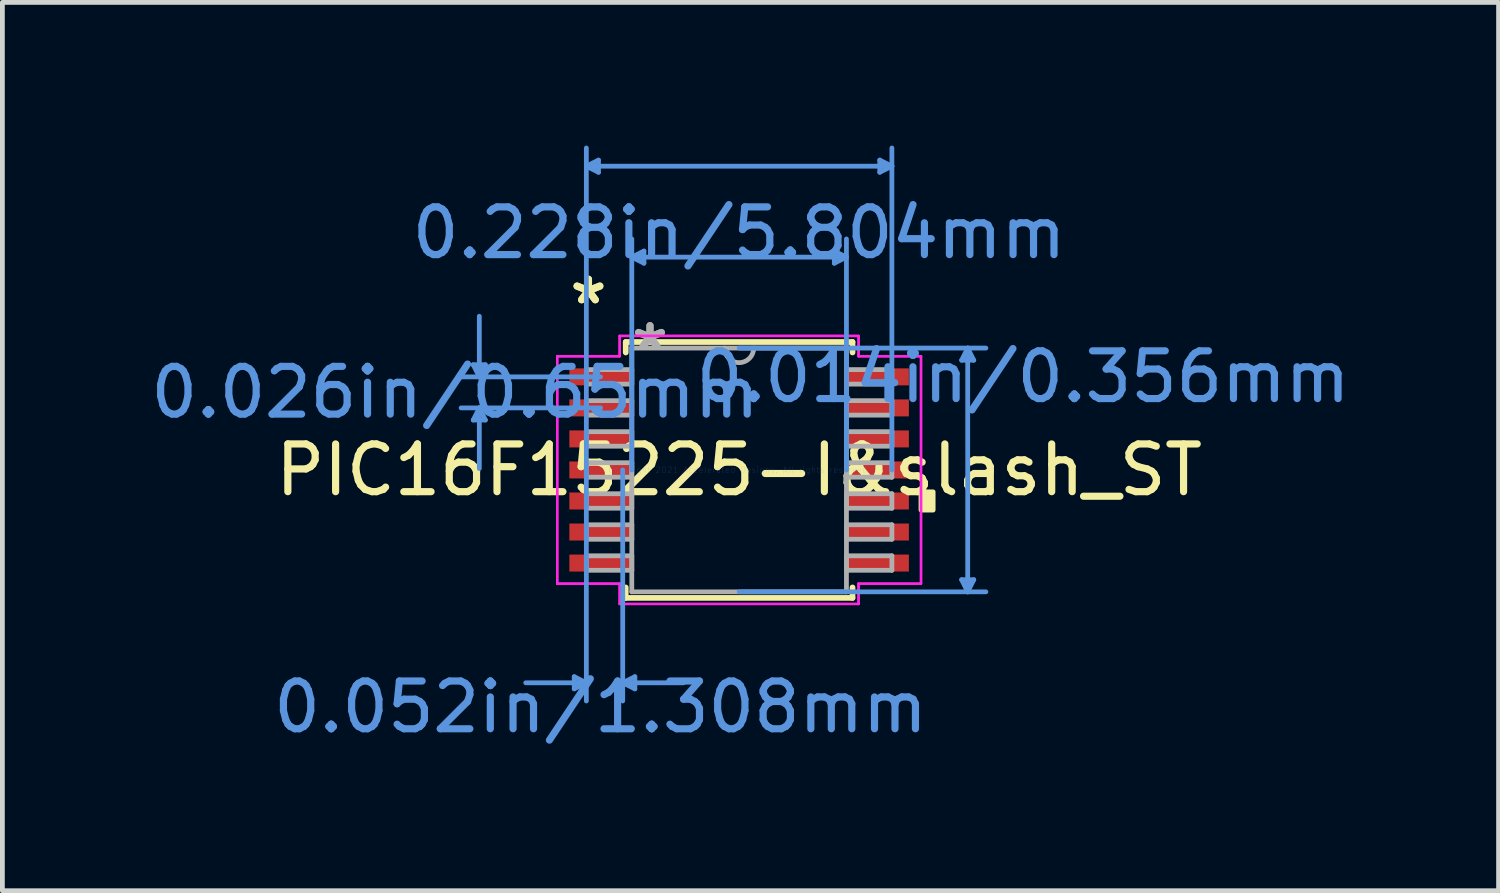
<source format=kicad_pcb>
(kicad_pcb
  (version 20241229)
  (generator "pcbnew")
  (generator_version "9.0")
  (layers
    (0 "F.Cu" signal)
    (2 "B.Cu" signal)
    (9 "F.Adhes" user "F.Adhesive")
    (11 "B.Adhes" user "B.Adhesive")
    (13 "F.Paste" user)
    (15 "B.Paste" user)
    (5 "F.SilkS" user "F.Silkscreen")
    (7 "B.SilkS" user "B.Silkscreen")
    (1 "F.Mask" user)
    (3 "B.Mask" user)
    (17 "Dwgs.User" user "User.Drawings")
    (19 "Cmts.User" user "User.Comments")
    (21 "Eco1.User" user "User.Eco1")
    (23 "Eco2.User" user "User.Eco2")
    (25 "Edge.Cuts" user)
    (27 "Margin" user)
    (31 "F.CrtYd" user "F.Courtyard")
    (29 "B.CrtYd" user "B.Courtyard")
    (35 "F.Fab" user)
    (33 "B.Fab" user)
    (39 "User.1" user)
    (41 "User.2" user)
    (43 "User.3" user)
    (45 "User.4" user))
  (footprint "PIC16F15225-I&slash_ST"
    (layer "F.Cu")
    (at 12.432 6.794)
    (property "Reference" "PIC16F15225-I&slash_ST" (at 0 0 0) (layer "F.SilkS") (effects (font (size 1 1) (thickness 0.15))))
    (attr through_hole)
    (fp_line (start -2.375 -2.68) (end -2.375 -2.461) (stroke (width 0.12) (type solid)) (layer "F.SilkS"))
    (fp_line (start -2.375 2.461) (end -2.375 2.68) (stroke (width 0.12) (type solid)) (layer "F.SilkS"))
    (fp_line (start -2.375 2.68) (end 2.375 2.68) (stroke (width 0.12) (type solid)) (layer "F.SilkS"))
    (fp_line (start 2.375 -2.68) (end -2.375 -2.68) (stroke (width 0.12) (type solid)) (layer "F.SilkS"))
    (fp_line (start 2.375 -2.461) (end 2.375 -2.68) (stroke (width 0.12) (type solid)) (layer "F.SilkS"))
    (fp_line (start 2.375 2.68) (end 2.375 2.461) (stroke (width 0.12) (type solid)) (layer "F.SilkS"))
    (fp_poly (pts (xy 4.064 0.459) (xy 4.064 0.84) (xy 3.81 0.84) (xy 3.81 0.459)) (stroke (width 0.1) (type solid)) (fill yes) (layer "F.SilkS"))
    (fp_line (start -5.569 -2.204) (end -5.315 -2.204) (stroke (width 0.1) (type solid)) (layer "Cmts.User"))
    (fp_line (start -5.569 -1.046) (end -5.315 -1.046) (stroke (width 0.1) (type solid)) (layer "Cmts.User"))
    (fp_line (start -5.442 -1.95) (end -5.569 -2.204) (stroke (width 0.1) (type solid)) (layer "Cmts.User"))
    (fp_line (start -5.442 -1.95) (end -5.442 -3.22) (stroke (width 0.1) (type solid)) (layer "Cmts.User"))
    (fp_line (start -5.442 -1.95) (end -5.315 -2.204) (stroke (width 0.1) (type solid)) (layer "Cmts.User"))
    (fp_line (start -5.442 -1.3) (end -5.569 -1.046) (stroke (width 0.1) (type solid)) (layer "Cmts.User"))
    (fp_line (start -5.442 -1.3) (end -5.442 -0.03) (stroke (width 0.1) (type solid)) (layer "Cmts.User"))
    (fp_line (start -5.442 -1.3) (end -5.315 -1.046) (stroke (width 0.1) (type solid)) (layer "Cmts.User"))
    (fp_line (start -3.454 4.331) (end -3.454 4.585) (stroke (width 0.1) (type solid)) (layer "Cmts.User"))
    (fp_line (start -3.2 -6.363) (end -2.946 -6.49) (stroke (width 0.1) (type solid)) (layer "Cmts.User"))
    (fp_line (start -3.2 -6.363) (end -2.946 -6.236) (stroke (width 0.1) (type solid)) (layer "Cmts.User"))
    (fp_line (start -3.2 -6.363) (end 3.2 -6.363) (stroke (width 0.1) (type solid)) (layer "Cmts.User"))
    (fp_line (start -3.2 0) (end -3.2 -6.744) (stroke (width 0.1) (type solid)) (layer "Cmts.User"))
    (fp_line (start -3.2 0) (end -3.2 4.839) (stroke (width 0.1) (type solid)) (layer "Cmts.User"))
    (fp_line (start -3.2 4.458) (end -4.47 4.458) (stroke (width 0.1) (type solid)) (layer "Cmts.User"))
    (fp_line (start -3.2 4.458) (end -3.454 4.331) (stroke (width 0.1) (type solid)) (layer "Cmts.User"))
    (fp_line (start -3.2 4.458) (end -3.454 4.585) (stroke (width 0.1) (type solid)) (layer "Cmts.User"))
    (fp_line (start -2.946 -6.49) (end -2.946 -6.236) (stroke (width 0.1) (type solid)) (layer "Cmts.User"))
    (fp_line (start -2.902 -1.95) (end -5.823 -1.95) (stroke (width 0.1) (type solid)) (layer "Cmts.User"))
    (fp_line (start -2.902 -1.3) (end -5.823 -1.3) (stroke (width 0.1) (type solid)) (layer "Cmts.User"))
    (fp_line (start -2.438 0) (end -2.438 4.839) (stroke (width 0.1) (type solid)) (layer "Cmts.User"))
    (fp_line (start -2.438 4.458) (end -2.184 4.331) (stroke (width 0.1) (type solid)) (layer "Cmts.User"))
    (fp_line (start -2.438 4.458) (end -2.184 4.585) (stroke (width 0.1) (type solid)) (layer "Cmts.User"))
    (fp_line (start -2.438 4.458) (end -1.168 4.458) (stroke (width 0.1) (type solid)) (layer "Cmts.User"))
    (fp_line (start -2.248 -4.458) (end -1.994 -4.585) (stroke (width 0.1) (type solid)) (layer "Cmts.User"))
    (fp_line (start -2.248 -4.458) (end -1.994 -4.331) (stroke (width 0.1) (type solid)) (layer "Cmts.User"))
    (fp_line (start -2.248 -4.458) (end 2.248 -4.458) (stroke (width 0.1) (type solid)) (layer "Cmts.User"))
    (fp_line (start -2.248 0) (end -2.248 -4.839) (stroke (width 0.1) (type solid)) (layer "Cmts.User"))
    (fp_line (start -2.184 4.331) (end -2.184 4.585) (stroke (width 0.1) (type solid)) (layer "Cmts.User"))
    (fp_line (start -1.994 -4.585) (end -1.994 -4.331) (stroke (width 0.1) (type solid)) (layer "Cmts.User"))
    (fp_line (start 0 -2.553) (end 5.169 -2.553) (stroke (width 0.1) (type solid)) (layer "Cmts.User"))
    (fp_line (start 0 2.553) (end 5.169 2.553) (stroke (width 0.1) (type solid)) (layer "Cmts.User"))
    (fp_line (start 1.994 -4.585) (end 1.994 -4.331) (stroke (width 0.1) (type solid)) (layer "Cmts.User"))
    (fp_line (start 2.248 -4.458) (end 1.994 -4.585) (stroke (width 0.1) (type solid)) (layer "Cmts.User"))
    (fp_line (start 2.248 -4.458) (end 1.994 -4.331) (stroke (width 0.1) (type solid)) (layer "Cmts.User"))
    (fp_line (start 2.248 0) (end 2.248 -4.839) (stroke (width 0.1) (type solid)) (layer "Cmts.User"))
    (fp_line (start 2.946 -6.49) (end 2.946 -6.236) (stroke (width 0.1) (type solid)) (layer "Cmts.User"))
    (fp_line (start 3.2 -6.363) (end 2.946 -6.49) (stroke (width 0.1) (type solid)) (layer "Cmts.User"))
    (fp_line (start 3.2 -6.363) (end 2.946 -6.236) (stroke (width 0.1) (type solid)) (layer "Cmts.User"))
    (fp_line (start 3.2 0) (end 3.2 -6.744) (stroke (width 0.1) (type solid)) (layer "Cmts.User"))
    (fp_line (start 4.661 -2.299) (end 4.915 -2.299) (stroke (width 0.1) (type solid)) (layer "Cmts.User"))
    (fp_line (start 4.661 2.299) (end 4.915 2.299) (stroke (width 0.1) (type solid)) (layer "Cmts.User"))
    (fp_line (start 4.788 -2.553) (end 4.661 -2.299) (stroke (width 0.1) (type solid)) (layer "Cmts.User"))
    (fp_line (start 4.788 -2.553) (end 4.788 2.553) (stroke (width 0.1) (type solid)) (layer "Cmts.User"))
    (fp_line (start 4.788 -2.553) (end 4.915 -2.299) (stroke (width 0.1) (type solid)) (layer "Cmts.User"))
    (fp_line (start 4.788 2.553) (end 4.661 2.299) (stroke (width 0.1) (type solid)) (layer "Cmts.User"))
    (fp_line (start 4.788 2.553) (end 4.915 2.299) (stroke (width 0.1) (type solid)) (layer "Cmts.User"))
    (fp_line (start -3.81 -2.382) (end -2.502 -2.382) (stroke (width 0.05) (type solid)) (layer "F.CrtYd"))
    (fp_line (start -3.81 -2.382) (end -2.502 -2.382) (stroke (width 0.05) (type solid)) (layer "F.CrtYd"))
    (fp_line (start -3.81 2.382) (end -3.81 -2.382) (stroke (width 0.05) (type solid)) (layer "F.CrtYd"))
    (fp_line (start -3.81 2.382) (end -3.81 -2.382) (stroke (width 0.05) (type solid)) (layer "F.CrtYd"))
    (fp_line (start -3.81 2.382) (end -2.502 2.382) (stroke (width 0.05) (type solid)) (layer "F.CrtYd"))
    (fp_line (start -2.502 -2.807) (end 2.502 -2.807) (stroke (width 0.05) (type solid)) (layer "F.CrtYd"))
    (fp_line (start -2.502 -2.807) (end 2.502 -2.807) (stroke (width 0.05) (type solid)) (layer "F.CrtYd"))
    (fp_line (start -2.502 -2.382) (end -2.502 -2.807) (stroke (width 0.05) (type solid)) (layer "F.CrtYd"))
    (fp_line (start -2.502 -2.382) (end -2.502 -2.807) (stroke (width 0.05) (type solid)) (layer "F.CrtYd"))
    (fp_line (start -2.502 2.382) (end -3.81 2.382) (stroke (width 0.05) (type solid)) (layer "F.CrtYd"))
    (fp_line (start -2.502 2.807) (end -2.502 2.382) (stroke (width 0.05) (type solid)) (layer "F.CrtYd"))
    (fp_line (start -2.502 2.807) (end -2.502 2.382) (stroke (width 0.05) (type solid)) (layer "F.CrtYd"))
    (fp_line (start 2.502 -2.807) (end 2.502 -2.382) (stroke (width 0.05) (type solid)) (layer "F.CrtYd"))
    (fp_line (start 2.502 -2.807) (end 2.502 -2.382) (stroke (width 0.05) (type solid)) (layer "F.CrtYd"))
    (fp_line (start 2.502 -2.382) (end 3.81 -2.382) (stroke (width 0.05) (type solid)) (layer "F.CrtYd"))
    (fp_line (start 2.502 2.382) (end 2.502 2.807) (stroke (width 0.05) (type solid)) (layer "F.CrtYd"))
    (fp_line (start 2.502 2.382) (end 2.502 2.807) (stroke (width 0.05) (type solid)) (layer "F.CrtYd"))
    (fp_line (start 2.502 2.807) (end -2.502 2.807) (stroke (width 0.05) (type solid)) (layer "F.CrtYd"))
    (fp_line (start 2.502 2.807) (end -2.502 2.807) (stroke (width 0.05) (type solid)) (layer "F.CrtYd"))
    (fp_line (start 3.81 -2.382) (end 2.502 -2.382) (stroke (width 0.05) (type solid)) (layer "F.CrtYd"))
    (fp_line (start 3.81 -2.382) (end 3.81 2.382) (stroke (width 0.05) (type solid)) (layer "F.CrtYd"))
    (fp_line (start 3.81 -2.382) (end 3.81 2.382) (stroke (width 0.05) (type solid)) (layer "F.CrtYd"))
    (fp_line (start 3.81 2.382) (end 2.502 2.382) (stroke (width 0.05) (type solid)) (layer "F.CrtYd"))
    (fp_line (start 3.81 2.382) (end 2.502 2.382) (stroke (width 0.05) (type solid)) (layer "F.CrtYd"))
    (fp_line (start -3.2 -2.102) (end -3.2 -1.798) (stroke (width 0.1) (type solid)) (layer "F.Fab"))
    (fp_line (start -3.2 -1.798) (end -2.248 -1.798) (stroke (width 0.1) (type solid)) (layer "F.Fab"))
    (fp_line (start -3.2 -1.452) (end -3.2 -1.148) (stroke (width 0.1) (type solid)) (layer "F.Fab"))
    (fp_line (start -3.2 -1.148) (end -2.248 -1.148) (stroke (width 0.1) (type solid)) (layer "F.Fab"))
    (fp_line (start -3.2 -0.802) (end -3.2 -0.498) (stroke (width 0.1) (type solid)) (layer "F.Fab"))
    (fp_line (start -3.2 -0.498) (end -2.248 -0.498) (stroke (width 0.1) (type solid)) (layer "F.Fab"))
    (fp_line (start -3.2 -0.152) (end -3.2 0.152) (stroke (width 0.1) (type solid)) (layer "F.Fab"))
    (fp_line (start -3.2 0.152) (end -2.248 0.152) (stroke (width 0.1) (type solid)) (layer "F.Fab"))
    (fp_line (start -3.2 0.498) (end -3.2 0.802) (stroke (width 0.1) (type solid)) (layer "F.Fab"))
    (fp_line (start -3.2 0.802) (end -2.248 0.802) (stroke (width 0.1) (type solid)) (layer "F.Fab"))
    (fp_line (start -3.2 1.148) (end -3.2 1.452) (stroke (width 0.1) (type solid)) (layer "F.Fab"))
    (fp_line (start -3.2 1.452) (end -2.248 1.452) (stroke (width 0.1) (type solid)) (layer "F.Fab"))
    (fp_line (start -3.2 1.798) (end -3.2 2.102) (stroke (width 0.1) (type solid)) (layer "F.Fab"))
    (fp_line (start -3.2 2.102) (end -2.248 2.102) (stroke (width 0.1) (type solid)) (layer "F.Fab"))
    (fp_line (start -2.248 -2.553) (end -2.248 2.553) (stroke (width 0.1) (type solid)) (layer "F.Fab"))
    (fp_line (start -2.248 -2.102) (end -3.2 -2.102) (stroke (width 0.1) (type solid)) (layer "F.Fab"))
    (fp_line (start -2.248 -1.798) (end -2.248 -2.102) (stroke (width 0.1) (type solid)) (layer "F.Fab"))
    (fp_line (start -2.248 -1.452) (end -3.2 -1.452) (stroke (width 0.1) (type solid)) (layer "F.Fab"))
    (fp_line (start -2.248 -1.148) (end -2.248 -1.452) (stroke (width 0.1) (type solid)) (layer "F.Fab"))
    (fp_line (start -2.248 -0.802) (end -3.2 -0.802) (stroke (width 0.1) (type solid)) (layer "F.Fab"))
    (fp_line (start -2.248 -0.498) (end -2.248 -0.802) (stroke (width 0.1) (type solid)) (layer "F.Fab"))
    (fp_line (start -2.248 -0.152) (end -3.2 -0.152) (stroke (width 0.1) (type solid)) (layer "F.Fab"))
    (fp_line (start -2.248 0.152) (end -2.248 -0.152) (stroke (width 0.1) (type solid)) (layer "F.Fab"))
    (fp_line (start -2.248 0.498) (end -3.2 0.498) (stroke (width 0.1) (type solid)) (layer "F.Fab"))
    (fp_line (start -2.248 0.802) (end -2.248 0.498) (stroke (width 0.1) (type solid)) (layer "F.Fab"))
    (fp_line (start -2.248 1.148) (end -3.2 1.148) (stroke (width 0.1) (type solid)) (layer "F.Fab"))
    (fp_line (start -2.248 1.452) (end -2.248 1.148) (stroke (width 0.1) (type solid)) (layer "F.Fab"))
    (fp_line (start -2.248 1.798) (end -3.2 1.798) (stroke (width 0.1) (type solid)) (layer "F.Fab"))
    (fp_line (start -2.248 2.102) (end -2.248 1.798) (stroke (width 0.1) (type solid)) (layer "F.Fab"))
    (fp_line (start -2.248 2.553) (end 2.248 2.553) (stroke (width 0.1) (type solid)) (layer "F.Fab"))
    (fp_line (start 2.248 -2.553) (end -2.248 -2.553) (stroke (width 0.1) (type solid)) (layer "F.Fab"))
    (fp_line (start 2.248 -2.102) (end 2.248 -1.798) (stroke (width 0.1) (type solid)) (layer "F.Fab"))
    (fp_line (start 2.248 -1.798) (end 3.2 -1.798) (stroke (width 0.1) (type solid)) (layer "F.Fab"))
    (fp_line (start 2.248 -1.452) (end 2.248 -1.148) (stroke (width 0.1) (type solid)) (layer "F.Fab"))
    (fp_line (start 2.248 -1.148) (end 3.2 -1.148) (stroke (width 0.1) (type solid)) (layer "F.Fab"))
    (fp_line (start 2.248 -0.802) (end 2.248 -0.498) (stroke (width 0.1) (type solid)) (layer "F.Fab"))
    (fp_line (start 2.248 -0.498) (end 3.2 -0.498) (stroke (width 0.1) (type solid)) (layer "F.Fab"))
    (fp_line (start 2.248 -0.152) (end 2.248 0.152) (stroke (width 0.1) (type solid)) (layer "F.Fab"))
    (fp_line (start 2.248 0.152) (end 3.2 0.152) (stroke (width 0.1) (type solid)) (layer "F.Fab"))
    (fp_line (start 2.248 0.498) (end 2.248 0.802) (stroke (width 0.1) (type solid)) (layer "F.Fab"))
    (fp_line (start 2.248 0.802) (end 3.2 0.802) (stroke (width 0.1) (type solid)) (layer "F.Fab"))
    (fp_line (start 2.248 1.148) (end 2.248 1.452) (stroke (width 0.1) (type solid)) (layer "F.Fab"))
    (fp_line (start 2.248 1.452) (end 3.2 1.452) (stroke (width 0.1) (type solid)) (layer "F.Fab"))
    (fp_line (start 2.248 1.798) (end 2.248 2.102) (stroke (width 0.1) (type solid)) (layer "F.Fab"))
    (fp_line (start 2.248 2.102) (end 3.2 2.102) (stroke (width 0.1) (type solid)) (layer "F.Fab"))
    (fp_line (start 2.248 2.553) (end 2.248 -2.553) (stroke (width 0.1) (type solid)) (layer "F.Fab"))
    (fp_line (start 3.2 -2.102) (end 2.248 -2.102) (stroke (width 0.1) (type solid)) (layer "F.Fab"))
    (fp_line (start 3.2 -1.798) (end 3.2 -2.102) (stroke (width 0.1) (type solid)) (layer "F.Fab"))
    (fp_line (start 3.2 -1.452) (end 2.248 -1.452) (stroke (width 0.1) (type solid)) (layer "F.Fab"))
    (fp_line (start 3.2 -1.148) (end 3.2 -1.452) (stroke (width 0.1) (type solid)) (layer "F.Fab"))
    (fp_line (start 3.2 -0.802) (end 2.248 -0.802) (stroke (width 0.1) (type solid)) (layer "F.Fab"))
    (fp_line (start 3.2 -0.498) (end 3.2 -0.802) (stroke (width 0.1) (type solid)) (layer "F.Fab"))
    (fp_line (start 3.2 -0.152) (end 2.248 -0.152) (stroke (width 0.1) (type solid)) (layer "F.Fab"))
    (fp_line (start 3.2 0.152) (end 3.2 -0.152) (stroke (width 0.1) (type solid)) (layer "F.Fab"))
    (fp_line (start 3.2 0.498) (end 2.248 0.498) (stroke (width 0.1) (type solid)) (layer "F.Fab"))
    (fp_line (start 3.2 0.802) (end 3.2 0.498) (stroke (width 0.1) (type solid)) (layer "F.Fab"))
    (fp_line (start 3.2 1.148) (end 2.248 1.148) (stroke (width 0.1) (type solid)) (layer "F.Fab"))
    (fp_line (start 3.2 1.452) (end 3.2 1.148) (stroke (width 0.1) (type solid)) (layer "F.Fab"))
    (fp_line (start 3.2 1.798) (end 2.248 1.798) (stroke (width 0.1) (type solid)) (layer "F.Fab"))
    (fp_line (start 3.2 2.102) (end 3.2 1.798) (stroke (width 0.1) (type solid)) (layer "F.Fab"))
    (fp_arc (start 0.3048 -2.5527) (mid 0 -2.2479) (end -0.3048 -2.5527) (stroke (width 0.1) (type solid)) (layer "F.Fab"))
    (fp_text user "*" (at -3.156 -3.449 0) (layer "F.SilkS") (effects (font (size 1 1) (thickness 0.15))))
    (fp_text user "*" (at -3.156 -3.449 0) (layer "F.SilkS") (effects (font (size 1 1) (thickness 0.15))))
    (fp_text user "0.014in/0.356mm" (at 5.95 -1.95 0) (layer "Cmts.User") (effects (font (size 1 1) (thickness 0.15))))
    (fp_text user "0.026in/0.65mm" (at -5.95 -1.625 0) (layer "Cmts.User") (effects (font (size 1 1) (thickness 0.15))))
    (fp_text user "0.228in/5.804mm" (at 0 -4.966 0) (layer "Cmts.User") (effects (font (size 1 1) (thickness 0.15))))
    (fp_text user "Copyright 2021 Accelerated Designs. All rights reserved." (at 0 0 0) (layer "Cmts.User") (effects (font (size 0.127 0.127) (thickness 0.002))))
    (fp_text user "0.052in/1.308mm" (at -2.902 4.966 0) (layer "Cmts.User") (effects (font (size 1 1) (thickness 0.15))))
    (fp_text user "*" (at -1.867 -2.477 0) (layer "F.Fab") (effects (font (size 1 1) (thickness 0.15))))
    (fp_text user "*" (at -1.867 -2.477 0) (layer "F.Fab") (effects (font (size 1 1) (thickness 0.15))))
    (pad "1" smd rect (at -2.902 -1.95) (size 1.308 0.356) (layers "F.Cu" "F.Mask" "F.Paste"))
    (pad "2" smd rect (at -2.902 -1.3) (size 1.308 0.356) (layers "F.Cu" "F.Mask" "F.Paste"))
    (pad "3" smd rect (at -2.902 -0.65) (size 1.308 0.356) (layers "F.Cu" "F.Mask" "F.Paste"))
    (pad "4" smd rect (at -2.902 0) (size 1.308 0.356) (layers "F.Cu" "F.Mask" "F.Paste"))
    (pad "5" smd rect (at -2.902 0.65) (size 1.308 0.356) (layers "F.Cu" "F.Mask" "F.Paste"))
    (pad "6" smd rect (at -2.902 1.3) (size 1.308 0.356) (layers "F.Cu" "F.Mask" "F.Paste"))
    (pad "7" smd rect (at -2.902 1.95) (size 1.308 0.356) (layers "F.Cu" "F.Mask" "F.Paste"))
    (pad "8" smd rect (at 2.902 1.95) (size 1.308 0.356) (layers "F.Cu" "F.Mask" "F.Paste"))
    (pad "9" smd rect (at 2.902 1.3) (size 1.308 0.356) (layers "F.Cu" "F.Mask" "F.Paste"))
    (pad "10" smd rect (at 2.902 0.65) (size 1.308 0.356) (layers "F.Cu" "F.Mask" "F.Paste"))
    (pad "11" smd rect (at 2.902 0) (size 1.308 0.356) (layers "F.Cu" "F.Mask" "F.Paste"))
    (pad "12" smd rect (at 2.902 -0.65) (size 1.308 0.356) (layers "F.Cu" "F.Mask" "F.Paste"))
    (pad "13" smd rect (at 2.902 -1.3) (size 1.308 0.356) (layers "F.Cu" "F.Mask" "F.Paste"))
    (pad "14" smd rect (at 2.902 -1.95) (size 1.308 0.356) (layers "F.Cu" "F.Mask" "F.Paste")))
  (gr_rect
    (start -3 -3)
    (end 28.34 15.608)
    (stroke (width 0.1) (type default))
    (fill no)
    (layer "Edge.Cuts")))
</source>
